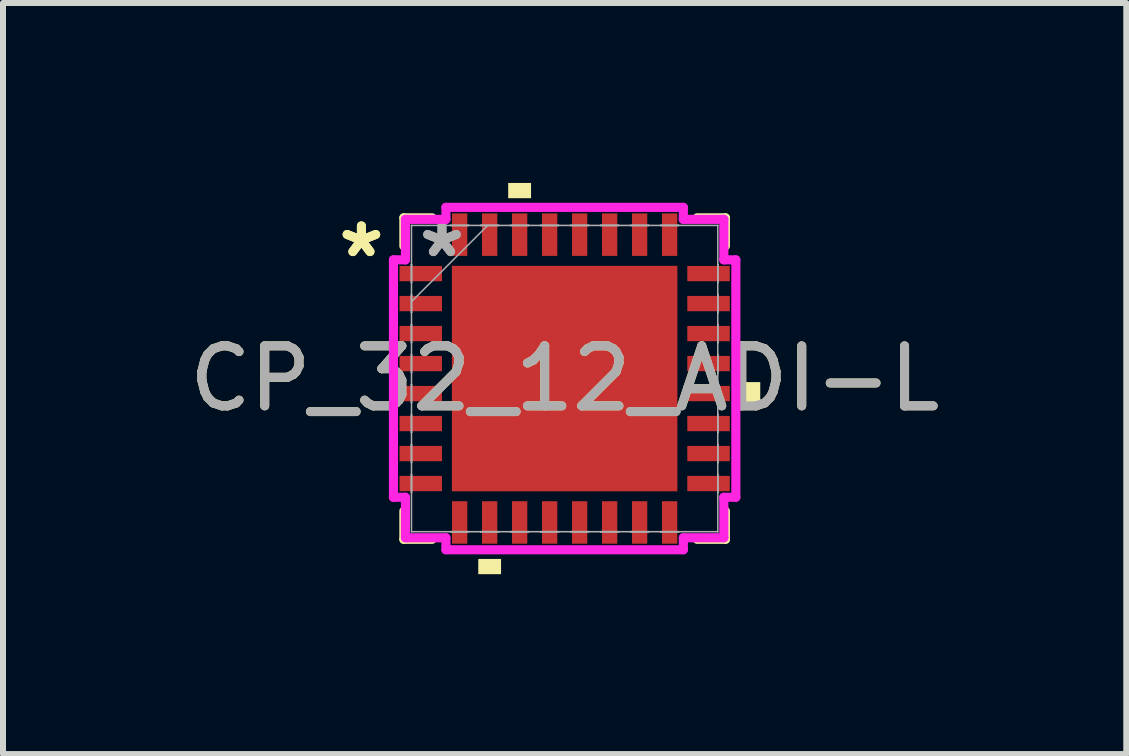
<source format=kicad_pcb>
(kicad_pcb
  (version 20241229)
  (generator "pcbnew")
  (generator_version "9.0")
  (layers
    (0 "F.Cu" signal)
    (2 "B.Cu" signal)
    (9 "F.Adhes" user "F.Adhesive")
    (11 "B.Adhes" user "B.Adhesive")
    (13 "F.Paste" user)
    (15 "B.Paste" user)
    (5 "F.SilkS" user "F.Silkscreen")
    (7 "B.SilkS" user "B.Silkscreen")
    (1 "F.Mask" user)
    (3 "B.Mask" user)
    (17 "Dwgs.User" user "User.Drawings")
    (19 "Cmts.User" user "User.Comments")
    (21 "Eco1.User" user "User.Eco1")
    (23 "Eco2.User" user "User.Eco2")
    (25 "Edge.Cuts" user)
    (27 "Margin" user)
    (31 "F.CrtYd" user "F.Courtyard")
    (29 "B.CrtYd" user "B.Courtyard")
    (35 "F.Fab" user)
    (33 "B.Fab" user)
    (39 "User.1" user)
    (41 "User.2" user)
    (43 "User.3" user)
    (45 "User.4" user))
  (footprint "CP_32_12_ADI-L"
    (layer "F.Cu")
    (at 6.363 3.261)
    (property "Reference" "CP_32_12_ADI-L" (at 0 0 0) (unlocked yes) (layer "F.SilkS") (effects (font (size 1 1) (thickness 0.15))))
    (attr smd)
    (fp_line (start -2.68 -2.68) (end -2.68 -2.21) (stroke (width 0.152) (type solid)) (layer "F.SilkS"))
    (fp_line (start -2.68 2.21) (end -2.68 2.68) (stroke (width 0.152) (type solid)) (layer "F.SilkS"))
    (fp_line (start -2.68 2.68) (end -2.21 2.68) (stroke (width 0.152) (type solid)) (layer "F.SilkS"))
    (fp_line (start -2.21 -2.68) (end -2.68 -2.68) (stroke (width 0.152) (type solid)) (layer "F.SilkS"))
    (fp_line (start 2.21 2.68) (end 2.68 2.68) (stroke (width 0.152) (type solid)) (layer "F.SilkS"))
    (fp_line (start 2.68 -2.68) (end 2.21 -2.68) (stroke (width 0.152) (type solid)) (layer "F.SilkS"))
    (fp_line (start 2.68 -2.21) (end 2.68 -2.68) (stroke (width 0.152) (type solid)) (layer "F.SilkS"))
    (fp_line (start 2.68 2.68) (end 2.68 2.21) (stroke (width 0.152) (type solid)) (layer "F.SilkS"))
    (fp_poly (pts (xy -1.44 3.007) (xy -1.44 3.261) (xy -1.06 3.261) (xy -1.06 3.007)) (stroke (width 0) (type solid)) (fill yes) (layer "F.SilkS"))
    (fp_poly (pts (xy -0.941 -3.007) (xy -0.941 -3.261) (xy -0.56 -3.261) (xy -0.56 -3.007)) (stroke (width 0) (type solid)) (fill yes) (layer "F.SilkS"))
    (fp_poly (pts (xy 3.261 0.059) (xy 3.261 0.441) (xy 3.007 0.441) (xy 3.007 0.059)) (stroke (width 0) (type solid)) (fill yes) (layer "F.SilkS"))
    (fp_poly (pts (xy -1.78 -1.78) (xy -1.78 -0.1) (xy -0.1 -0.1) (xy -0.1 -1.78)) (stroke (width 0) (type solid)) (fill yes) (layer "F.Paste"))
    (fp_poly (pts (xy -1.78 0.1) (xy -1.78 1.78) (xy -0.1 1.78) (xy -0.1 0.1)) (stroke (width 0) (type solid)) (fill yes) (layer "F.Paste"))
    (fp_poly (pts (xy 0.1 -1.78) (xy 0.1 -0.1) (xy 1.78 -0.1) (xy 1.78 -1.78)) (stroke (width 0) (type solid)) (fill yes) (layer "F.Paste"))
    (fp_poly (pts (xy 0.1 0.1) (xy 0.1 1.78) (xy 1.78 1.78) (xy 1.78 0.1)) (stroke (width 0) (type solid)) (fill yes) (layer "F.Paste"))
    (fp_line (start -2.854 -1.979) (end -2.654 -1.979) (stroke (width 0.152) (type solid)) (layer "F.CrtYd"))
    (fp_line (start -2.854 1.979) (end -2.854 -1.979) (stroke (width 0.152) (type solid)) (layer "F.CrtYd"))
    (fp_line (start -2.654 -2.654) (end -1.979 -2.654) (stroke (width 0.152) (type solid)) (layer "F.CrtYd"))
    (fp_line (start -2.654 -1.979) (end -2.654 -2.654) (stroke (width 0.152) (type solid)) (layer "F.CrtYd"))
    (fp_line (start -2.654 1.979) (end -2.854 1.979) (stroke (width 0.152) (type solid)) (layer "F.CrtYd"))
    (fp_line (start -2.654 2.654) (end -2.654 1.979) (stroke (width 0.152) (type solid)) (layer "F.CrtYd"))
    (fp_line (start -1.979 -2.854) (end 1.979 -2.854) (stroke (width 0.152) (type solid)) (layer "F.CrtYd"))
    (fp_line (start -1.979 -2.654) (end -1.979 -2.854) (stroke (width 0.152) (type solid)) (layer "F.CrtYd"))
    (fp_line (start -1.979 2.654) (end -2.654 2.654) (stroke (width 0.152) (type solid)) (layer "F.CrtYd"))
    (fp_line (start -1.979 2.854) (end -1.979 2.654) (stroke (width 0.152) (type solid)) (layer "F.CrtYd"))
    (fp_line (start 1.979 -2.854) (end 1.979 -2.654) (stroke (width 0.152) (type solid)) (layer "F.CrtYd"))
    (fp_line (start 1.979 -2.654) (end 2.654 -2.654) (stroke (width 0.152) (type solid)) (layer "F.CrtYd"))
    (fp_line (start 1.979 2.654) (end 1.979 2.854) (stroke (width 0.152) (type solid)) (layer "F.CrtYd"))
    (fp_line (start 1.979 2.854) (end -1.979 2.854) (stroke (width 0.152) (type solid)) (layer "F.CrtYd"))
    (fp_line (start 2.654 -2.654) (end 2.654 -1.979) (stroke (width 0.152) (type solid)) (layer "F.CrtYd"))
    (fp_line (start 2.654 -1.979) (end 2.854 -1.979) (stroke (width 0.152) (type solid)) (layer "F.CrtYd"))
    (fp_line (start 2.654 1.979) (end 2.654 2.654) (stroke (width 0.152) (type solid)) (layer "F.CrtYd"))
    (fp_line (start 2.654 2.654) (end 1.979 2.654) (stroke (width 0.152) (type solid)) (layer "F.CrtYd"))
    (fp_line (start 2.854 -1.979) (end 2.854 1.979) (stroke (width 0.152) (type solid)) (layer "F.CrtYd"))
    (fp_line (start 2.854 1.979) (end 2.654 1.979) (stroke (width 0.152) (type solid)) (layer "F.CrtYd"))
    (fp_line (start -2.553 -2.553) (end -2.553 -2.553) (stroke (width 0.025) (type solid)) (layer "F.Fab"))
    (fp_line (start -2.553 -2.553) (end -2.553 2.553) (stroke (width 0.025) (type solid)) (layer "F.Fab"))
    (fp_line (start -2.553 -1.902) (end -2.553 -1.902) (stroke (width 0.025) (type solid)) (layer "F.Fab"))
    (fp_line (start -2.553 -1.902) (end -2.553 -1.598) (stroke (width 0.025) (type solid)) (layer "F.Fab"))
    (fp_line (start -2.553 -1.598) (end -2.553 -1.902) (stroke (width 0.025) (type solid)) (layer "F.Fab"))
    (fp_line (start -2.553 -1.598) (end -2.553 -1.598) (stroke (width 0.025) (type solid)) (layer "F.Fab"))
    (fp_line (start -2.553 -1.402) (end -2.553 -1.402) (stroke (width 0.025) (type solid)) (layer "F.Fab"))
    (fp_line (start -2.553 -1.402) (end -2.553 -1.098) (stroke (width 0.025) (type solid)) (layer "F.Fab"))
    (fp_line (start -2.553 -1.283) (end -1.283 -2.553) (stroke (width 0.025) (type solid)) (layer "F.Fab"))
    (fp_line (start -2.553 -1.098) (end -2.553 -1.402) (stroke (width 0.025) (type solid)) (layer "F.Fab"))
    (fp_line (start -2.553 -1.098) (end -2.553 -1.098) (stroke (width 0.025) (type solid)) (layer "F.Fab"))
    (fp_line (start -2.553 -0.902) (end -2.553 -0.902) (stroke (width 0.025) (type solid)) (layer "F.Fab"))
    (fp_line (start -2.553 -0.902) (end -2.553 -0.598) (stroke (width 0.025) (type solid)) (layer "F.Fab"))
    (fp_line (start -2.553 -0.598) (end -2.553 -0.902) (stroke (width 0.025) (type solid)) (layer "F.Fab"))
    (fp_line (start -2.553 -0.598) (end -2.553 -0.598) (stroke (width 0.025) (type solid)) (layer "F.Fab"))
    (fp_line (start -2.553 -0.402) (end -2.553 -0.402) (stroke (width 0.025) (type solid)) (layer "F.Fab"))
    (fp_line (start -2.553 -0.402) (end -2.553 -0.098) (stroke (width 0.025) (type solid)) (layer "F.Fab"))
    (fp_line (start -2.553 -0.098) (end -2.553 -0.402) (stroke (width 0.025) (type solid)) (layer "F.Fab"))
    (fp_line (start -2.553 -0.098) (end -2.553 -0.098) (stroke (width 0.025) (type solid)) (layer "F.Fab"))
    (fp_line (start -2.553 0.098) (end -2.553 0.098) (stroke (width 0.025) (type solid)) (layer "F.Fab"))
    (fp_line (start -2.553 0.098) (end -2.553 0.402) (stroke (width 0.025) (type solid)) (layer "F.Fab"))
    (fp_line (start -2.553 0.402) (end -2.553 0.098) (stroke (width 0.025) (type solid)) (layer "F.Fab"))
    (fp_line (start -2.553 0.402) (end -2.553 0.402) (stroke (width 0.025) (type solid)) (layer "F.Fab"))
    (fp_line (start -2.553 0.598) (end -2.553 0.598) (stroke (width 0.025) (type solid)) (layer "F.Fab"))
    (fp_line (start -2.553 0.598) (end -2.553 0.902) (stroke (width 0.025) (type solid)) (layer "F.Fab"))
    (fp_line (start -2.553 0.902) (end -2.553 0.598) (stroke (width 0.025) (type solid)) (layer "F.Fab"))
    (fp_line (start -2.553 0.902) (end -2.553 0.902) (stroke (width 0.025) (type solid)) (layer "F.Fab"))
    (fp_line (start -2.553 1.098) (end -2.553 1.098) (stroke (width 0.025) (type solid)) (layer "F.Fab"))
    (fp_line (start -2.553 1.098) (end -2.553 1.402) (stroke (width 0.025) (type solid)) (layer "F.Fab"))
    (fp_line (start -2.553 1.402) (end -2.553 1.098) (stroke (width 0.025) (type solid)) (layer "F.Fab"))
    (fp_line (start -2.553 1.402) (end -2.553 1.402) (stroke (width 0.025) (type solid)) (layer "F.Fab"))
    (fp_line (start -2.553 1.598) (end -2.553 1.598) (stroke (width 0.025) (type solid)) (layer "F.Fab"))
    (fp_line (start -2.553 1.598) (end -2.553 1.902) (stroke (width 0.025) (type solid)) (layer "F.Fab"))
    (fp_line (start -2.553 1.902) (end -2.553 1.598) (stroke (width 0.025) (type solid)) (layer "F.Fab"))
    (fp_line (start -2.553 1.902) (end -2.553 1.902) (stroke (width 0.025) (type solid)) (layer "F.Fab"))
    (fp_line (start -2.553 2.553) (end -2.553 2.553) (stroke (width 0.025) (type solid)) (layer "F.Fab"))
    (fp_line (start -2.553 2.553) (end 2.553 2.553) (stroke (width 0.025) (type solid)) (layer "F.Fab"))
    (fp_line (start -1.902 -2.553) (end -1.902 -2.553) (stroke (width 0.025) (type solid)) (layer "F.Fab"))
    (fp_line (start -1.902 -2.553) (end -1.598 -2.553) (stroke (width 0.025) (type solid)) (layer "F.Fab"))
    (fp_line (start -1.902 2.553) (end -1.902 2.553) (stroke (width 0.025) (type solid)) (layer "F.Fab"))
    (fp_line (start -1.902 2.553) (end -1.598 2.553) (stroke (width 0.025) (type solid)) (layer "F.Fab"))
    (fp_line (start -1.598 -2.553) (end -1.902 -2.553) (stroke (width 0.025) (type solid)) (layer "F.Fab"))
    (fp_line (start -1.598 -2.553) (end -1.598 -2.553) (stroke (width 0.025) (type solid)) (layer "F.Fab"))
    (fp_line (start -1.598 2.553) (end -1.902 2.553) (stroke (width 0.025) (type solid)) (layer "F.Fab"))
    (fp_line (start -1.598 2.553) (end -1.598 2.553) (stroke (width 0.025) (type solid)) (layer "F.Fab"))
    (fp_line (start -1.402 -2.553) (end -1.402 -2.553) (stroke (width 0.025) (type solid)) (layer "F.Fab"))
    (fp_line (start -1.402 -2.553) (end -1.098 -2.553) (stroke (width 0.025) (type solid)) (layer "F.Fab"))
    (fp_line (start -1.402 2.553) (end -1.402 2.553) (stroke (width 0.025) (type solid)) (layer "F.Fab"))
    (fp_line (start -1.402 2.553) (end -1.098 2.553) (stroke (width 0.025) (type solid)) (layer "F.Fab"))
    (fp_line (start -1.098 -2.553) (end -1.402 -2.553) (stroke (width 0.025) (type solid)) (layer "F.Fab"))
    (fp_line (start -1.098 -2.553) (end -1.098 -2.553) (stroke (width 0.025) (type solid)) (layer "F.Fab"))
    (fp_line (start -1.098 2.553) (end -1.402 2.553) (stroke (width 0.025) (type solid)) (layer "F.Fab"))
    (fp_line (start -1.098 2.553) (end -1.098 2.553) (stroke (width 0.025) (type solid)) (layer "F.Fab"))
    (fp_line (start -0.902 -2.553) (end -0.902 -2.553) (stroke (width 0.025) (type solid)) (layer "F.Fab"))
    (fp_line (start -0.902 -2.553) (end -0.598 -2.553) (stroke (width 0.025) (type solid)) (layer "F.Fab"))
    (fp_line (start -0.902 2.553) (end -0.902 2.553) (stroke (width 0.025) (type solid)) (layer "F.Fab"))
    (fp_line (start -0.902 2.553) (end -0.598 2.553) (stroke (width 0.025) (type solid)) (layer "F.Fab"))
    (fp_line (start -0.598 -2.553) (end -0.902 -2.553) (stroke (width 0.025) (type solid)) (layer "F.Fab"))
    (fp_line (start -0.598 -2.553) (end -0.598 -2.553) (stroke (width 0.025) (type solid)) (layer "F.Fab"))
    (fp_line (start -0.598 2.553) (end -0.902 2.553) (stroke (width 0.025) (type solid)) (layer "F.Fab"))
    (fp_line (start -0.598 2.553) (end -0.598 2.553) (stroke (width 0.025) (type solid)) (layer "F.Fab"))
    (fp_line (start -0.402 -2.553) (end -0.402 -2.553) (stroke (width 0.025) (type solid)) (layer "F.Fab"))
    (fp_line (start -0.402 -2.553) (end -0.098 -2.553) (stroke (width 0.025) (type solid)) (layer "F.Fab"))
    (fp_line (start -0.402 2.553) (end -0.402 2.553) (stroke (width 0.025) (type solid)) (layer "F.Fab"))
    (fp_line (start -0.402 2.553) (end -0.098 2.553) (stroke (width 0.025) (type solid)) (layer "F.Fab"))
    (fp_line (start -0.098 -2.553) (end -0.402 -2.553) (stroke (width 0.025) (type solid)) (layer "F.Fab"))
    (fp_line (start -0.098 -2.553) (end -0.098 -2.553) (stroke (width 0.025) (type solid)) (layer "F.Fab"))
    (fp_line (start -0.098 2.553) (end -0.402 2.553) (stroke (width 0.025) (type solid)) (layer "F.Fab"))
    (fp_line (start -0.098 2.553) (end -0.098 2.553) (stroke (width 0.025) (type solid)) (layer "F.Fab"))
    (fp_line (start 0.098 -2.553) (end 0.098 -2.553) (stroke (width 0.025) (type solid)) (layer "F.Fab"))
    (fp_line (start 0.098 -2.553) (end 0.402 -2.553) (stroke (width 0.025) (type solid)) (layer "F.Fab"))
    (fp_line (start 0.098 2.553) (end 0.098 2.553) (stroke (width 0.025) (type solid)) (layer "F.Fab"))
    (fp_line (start 0.098 2.553) (end 0.402 2.553) (stroke (width 0.025) (type solid)) (layer "F.Fab"))
    (fp_line (start 0.402 -2.553) (end 0.098 -2.553) (stroke (width 0.025) (type solid)) (layer "F.Fab"))
    (fp_line (start 0.402 -2.553) (end 0.402 -2.553) (stroke (width 0.025) (type solid)) (layer "F.Fab"))
    (fp_line (start 0.402 2.553) (end 0.098 2.553) (stroke (width 0.025) (type solid)) (layer "F.Fab"))
    (fp_line (start 0.402 2.553) (end 0.402 2.553) (stroke (width 0.025) (type solid)) (layer "F.Fab"))
    (fp_line (start 0.598 -2.553) (end 0.598 -2.553) (stroke (width 0.025) (type solid)) (layer "F.Fab"))
    (fp_line (start 0.598 -2.553) (end 0.902 -2.553) (stroke (width 0.025) (type solid)) (layer "F.Fab"))
    (fp_line (start 0.598 2.553) (end 0.598 2.553) (stroke (width 0.025) (type solid)) (layer "F.Fab"))
    (fp_line (start 0.598 2.553) (end 0.902 2.553) (stroke (width 0.025) (type solid)) (layer "F.Fab"))
    (fp_line (start 0.902 -2.553) (end 0.598 -2.553) (stroke (width 0.025) (type solid)) (layer "F.Fab"))
    (fp_line (start 0.902 -2.553) (end 0.902 -2.553) (stroke (width 0.025) (type solid)) (layer "F.Fab"))
    (fp_line (start 0.902 2.553) (end 0.598 2.553) (stroke (width 0.025) (type solid)) (layer "F.Fab"))
    (fp_line (start 0.902 2.553) (end 0.902 2.553) (stroke (width 0.025) (type solid)) (layer "F.Fab"))
    (fp_line (start 1.098 -2.553) (end 1.098 -2.553) (stroke (width 0.025) (type solid)) (layer "F.Fab"))
    (fp_line (start 1.098 -2.553) (end 1.402 -2.553) (stroke (width 0.025) (type solid)) (layer "F.Fab"))
    (fp_line (start 1.098 2.553) (end 1.098 2.553) (stroke (width 0.025) (type solid)) (layer "F.Fab"))
    (fp_line (start 1.098 2.553) (end 1.402 2.553) (stroke (width 0.025) (type solid)) (layer "F.Fab"))
    (fp_line (start 1.402 -2.553) (end 1.098 -2.553) (stroke (width 0.025) (type solid)) (layer "F.Fab"))
    (fp_line (start 1.402 -2.553) (end 1.402 -2.553) (stroke (width 0.025) (type solid)) (layer "F.Fab"))
    (fp_line (start 1.402 2.553) (end 1.098 2.553) (stroke (width 0.025) (type solid)) (layer "F.Fab"))
    (fp_line (start 1.402 2.553) (end 1.402 2.553) (stroke (width 0.025) (type solid)) (layer "F.Fab"))
    (fp_line (start 1.598 -2.553) (end 1.598 -2.553) (stroke (width 0.025) (type solid)) (layer "F.Fab"))
    (fp_line (start 1.598 -2.553) (end 1.902 -2.553) (stroke (width 0.025) (type solid)) (layer "F.Fab"))
    (fp_line (start 1.598 2.553) (end 1.598 2.553) (stroke (width 0.025) (type solid)) (layer "F.Fab"))
    (fp_line (start 1.598 2.553) (end 1.902 2.553) (stroke (width 0.025) (type solid)) (layer "F.Fab"))
    (fp_line (start 1.902 -2.553) (end 1.598 -2.553) (stroke (width 0.025) (type solid)) (layer "F.Fab"))
    (fp_line (start 1.902 -2.553) (end 1.902 -2.553) (stroke (width 0.025) (type solid)) (layer "F.Fab"))
    (fp_line (start 1.902 2.553) (end 1.598 2.553) (stroke (width 0.025) (type solid)) (layer "F.Fab"))
    (fp_line (start 1.902 2.553) (end 1.902 2.553) (stroke (width 0.025) (type solid)) (layer "F.Fab"))
    (fp_line (start 2.553 -2.553) (end -2.553 -2.553) (stroke (width 0.025) (type solid)) (layer "F.Fab"))
    (fp_line (start 2.553 -2.553) (end 2.553 -2.553) (stroke (width 0.025) (type solid)) (layer "F.Fab"))
    (fp_line (start 2.553 -1.902) (end 2.553 -1.902) (stroke (width 0.025) (type solid)) (layer "F.Fab"))
    (fp_line (start 2.553 -1.902) (end 2.553 -1.598) (stroke (width 0.025) (type solid)) (layer "F.Fab"))
    (fp_line (start 2.553 -1.598) (end 2.553 -1.902) (stroke (width 0.025) (type solid)) (layer "F.Fab"))
    (fp_line (start 2.553 -1.598) (end 2.553 -1.598) (stroke (width 0.025) (type solid)) (layer "F.Fab"))
    (fp_line (start 2.553 -1.402) (end 2.553 -1.402) (stroke (width 0.025) (type solid)) (layer "F.Fab"))
    (fp_line (start 2.553 -1.402) (end 2.553 -1.098) (stroke (width 0.025) (type solid)) (layer "F.Fab"))
    (fp_line (start 2.553 -1.098) (end 2.553 -1.402) (stroke (width 0.025) (type solid)) (layer "F.Fab"))
    (fp_line (start 2.553 -1.098) (end 2.553 -1.098) (stroke (width 0.025) (type solid)) (layer "F.Fab"))
    (fp_line (start 2.553 -0.902) (end 2.553 -0.902) (stroke (width 0.025) (type solid)) (layer "F.Fab"))
    (fp_line (start 2.553 -0.902) (end 2.553 -0.598) (stroke (width 0.025) (type solid)) (layer "F.Fab"))
    (fp_line (start 2.553 -0.598) (end 2.553 -0.902) (stroke (width 0.025) (type solid)) (layer "F.Fab"))
    (fp_line (start 2.553 -0.598) (end 2.553 -0.598) (stroke (width 0.025) (type solid)) (layer "F.Fab"))
    (fp_line (start 2.553 -0.402) (end 2.553 -0.402) (stroke (width 0.025) (type solid)) (layer "F.Fab"))
    (fp_line (start 2.553 -0.402) (end 2.553 -0.098) (stroke (width 0.025) (type solid)) (layer "F.Fab"))
    (fp_line (start 2.553 -0.098) (end 2.553 -0.402) (stroke (width 0.025) (type solid)) (layer "F.Fab"))
    (fp_line (start 2.553 -0.098) (end 2.553 -0.098) (stroke (width 0.025) (type solid)) (layer "F.Fab"))
    (fp_line (start 2.553 0.098) (end 2.553 0.098) (stroke (width 0.025) (type solid)) (layer "F.Fab"))
    (fp_line (start 2.553 0.098) (end 2.553 0.402) (stroke (width 0.025) (type solid)) (layer "F.Fab"))
    (fp_line (start 2.553 0.402) (end 2.553 0.098) (stroke (width 0.025) (type solid)) (layer "F.Fab"))
    (fp_line (start 2.553 0.402) (end 2.553 0.402) (stroke (width 0.025) (type solid)) (layer "F.Fab"))
    (fp_line (start 2.553 0.598) (end 2.553 0.598) (stroke (width 0.025) (type solid)) (layer "F.Fab"))
    (fp_line (start 2.553 0.598) (end 2.553 0.902) (stroke (width 0.025) (type solid)) (layer "F.Fab"))
    (fp_line (start 2.553 0.902) (end 2.553 0.598) (stroke (width 0.025) (type solid)) (layer "F.Fab"))
    (fp_line (start 2.553 0.902) (end 2.553 0.902) (stroke (width 0.025) (type solid)) (layer "F.Fab"))
    (fp_line (start 2.553 1.098) (end 2.553 1.098) (stroke (width 0.025) (type solid)) (layer "F.Fab"))
    (fp_line (start 2.553 1.098) (end 2.553 1.402) (stroke (width 0.025) (type solid)) (layer "F.Fab"))
    (fp_line (start 2.553 1.402) (end 2.553 1.098) (stroke (width 0.025) (type solid)) (layer "F.Fab"))
    (fp_line (start 2.553 1.402) (end 2.553 1.402) (stroke (width 0.025) (type solid)) (layer "F.Fab"))
    (fp_line (start 2.553 1.598) (end 2.553 1.598) (stroke (width 0.025) (type solid)) (layer "F.Fab"))
    (fp_line (start 2.553 1.598) (end 2.553 1.902) (stroke (width 0.025) (type solid)) (layer "F.Fab"))
    (fp_line (start 2.553 1.902) (end 2.553 1.598) (stroke (width 0.025) (type solid)) (layer "F.Fab"))
    (fp_line (start 2.553 1.902) (end 2.553 1.902) (stroke (width 0.025) (type solid)) (layer "F.Fab"))
    (fp_line (start 2.553 2.553) (end 2.553 -2.553) (stroke (width 0.025) (type solid)) (layer "F.Fab"))
    (fp_line (start 2.553 2.553) (end 2.553 2.553) (stroke (width 0.025) (type solid)) (layer "F.Fab"))
    (fp_text user "*" (at -3.388 -2 0) (unlocked yes) (layer "F.SilkS") (effects (font (size 1 1) (thickness 0.15))))
    (fp_text user "*" (at -3.388 -2 0) (layer "F.SilkS") (effects (font (size 1 1) (thickness 0.15))))
    (fp_text user "*" (at -2.045 -2 0) (unlocked yes) (layer "F.Fab") (effects (font (size 1 1) (thickness 0.15))))
    (fp_text user "*" (at -2.045 -2 0) (layer "F.Fab") (effects (font (size 1 1) (thickness 0.15))))
    (fp_text user "${REFERENCE}" (at 0 0 0) (unlocked yes) (layer "F.Fab") (effects (font (size 1 1) (thickness 0.15))))
    (pad "1" smd rect (at -2.399 -1.75 90) (size 0.255 0.708) (layers "F.Cu" "F.Mask" "F.Paste"))
    (pad "2" smd rect (at -2.399 -1.25 90) (size 0.255 0.708) (layers "F.Cu" "F.Mask" "F.Paste"))
    (pad "3" smd rect (at -2.399 -0.75 90) (size 0.255 0.708) (layers "F.Cu" "F.Mask" "F.Paste"))
    (pad "4" smd rect (at -2.399 -0.25 90) (size 0.255 0.708) (layers "F.Cu" "F.Mask" "F.Paste"))
    (pad "5" smd rect (at -2.399 0.25 90) (size 0.255 0.708) (layers "F.Cu" "F.Mask" "F.Paste"))
    (pad "6" smd rect (at -2.399 0.75 90) (size 0.255 0.708) (layers "F.Cu" "F.Mask" "F.Paste"))
    (pad "7" smd rect (at -2.399 1.25 90) (size 0.255 0.708) (layers "F.Cu" "F.Mask" "F.Paste"))
    (pad "8" smd rect (at -2.399 1.75 90) (size 0.255 0.708) (layers "F.Cu" "F.Mask" "F.Paste"))
    (pad "9" smd rect (at -1.75 2.399) (size 0.255 0.708) (layers "F.Cu" "F.Mask" "F.Paste"))
    (pad "10" smd rect (at -1.25 2.399) (size 0.255 0.708) (layers "F.Cu" "F.Mask" "F.Paste"))
    (pad "11" smd rect (at -0.75 2.399) (size 0.255 0.708) (layers "F.Cu" "F.Mask" "F.Paste"))
    (pad "12" smd rect (at -0.25 2.399) (size 0.255 0.708) (layers "F.Cu" "F.Mask" "F.Paste"))
    (pad "13" smd rect (at 0.25 2.399) (size 0.255 0.708) (layers "F.Cu" "F.Mask" "F.Paste"))
    (pad "14" smd rect (at 0.75 2.399) (size 0.255 0.708) (layers "F.Cu" "F.Mask" "F.Paste"))
    (pad "15" smd rect (at 1.25 2.399) (size 0.255 0.708) (layers "F.Cu" "F.Mask" "F.Paste"))
    (pad "16" smd rect (at 1.75 2.399) (size 0.255 0.708) (layers "F.Cu" "F.Mask" "F.Paste"))
    (pad "17" smd rect (at 2.399 1.75 90) (size 0.255 0.708) (layers "F.Cu" "F.Mask" "F.Paste"))
    (pad "18" smd rect (at 2.399 1.25 90) (size 0.255 0.708) (layers "F.Cu" "F.Mask" "F.Paste"))
    (pad "19" smd rect (at 2.399 0.75 90) (size 0.255 0.708) (layers "F.Cu" "F.Mask" "F.Paste"))
    (pad "20" smd rect (at 2.399 0.25 90) (size 0.255 0.708) (layers "F.Cu" "F.Mask" "F.Paste"))
    (pad "21" smd rect (at 2.399 -0.25 90) (size 0.255 0.708) (layers "F.Cu" "F.Mask" "F.Paste"))
    (pad "22" smd rect (at 2.399 -0.75 90) (size 0.255 0.708) (layers "F.Cu" "F.Mask" "F.Paste"))
    (pad "23" smd rect (at 2.399 -1.25 90) (size 0.255 0.708) (layers "F.Cu" "F.Mask" "F.Paste"))
    (pad "24" smd rect (at 2.399 -1.75 90) (size 0.255 0.708) (layers "F.Cu" "F.Mask" "F.Paste"))
    (pad "25" smd rect (at 1.75 -2.399) (size 0.255 0.708) (layers "F.Cu" "F.Mask" "F.Paste"))
    (pad "26" smd rect (at 1.25 -2.399) (size 0.255 0.708) (layers "F.Cu" "F.Mask" "F.Paste"))
    (pad "27" smd rect (at 0.75 -2.399) (size 0.255 0.708) (layers "F.Cu" "F.Mask" "F.Paste"))
    (pad "28" smd rect (at 0.25 -2.399) (size 0.255 0.708) (layers "F.Cu" "F.Mask" "F.Paste"))
    (pad "29" smd rect (at -0.25 -2.399) (size 0.255 0.708) (layers "F.Cu" "F.Mask" "F.Paste"))
    (pad "30" smd rect (at -0.75 -2.399) (size 0.255 0.708) (layers "F.Cu" "F.Mask" "F.Paste"))
    (pad "31" smd rect (at -1.25 -2.399) (size 0.255 0.708) (layers "F.Cu" "F.Mask" "F.Paste"))
    (pad "32" smd rect (at -1.75 -2.399) (size 0.255 0.708) (layers "F.Cu" "F.Mask" "F.Paste"))
    (pad "33" smd rect (at 0 0) (size 3.759 3.759) (layers "F.Cu" "F.Mask" "F.Paste")))
  (gr_rect
    (start -3 -3)
    (end 15.726 9.521)
    (stroke (width 0.1) (type default))
    (fill no)
    (layer "Edge.Cuts")))
</source>
